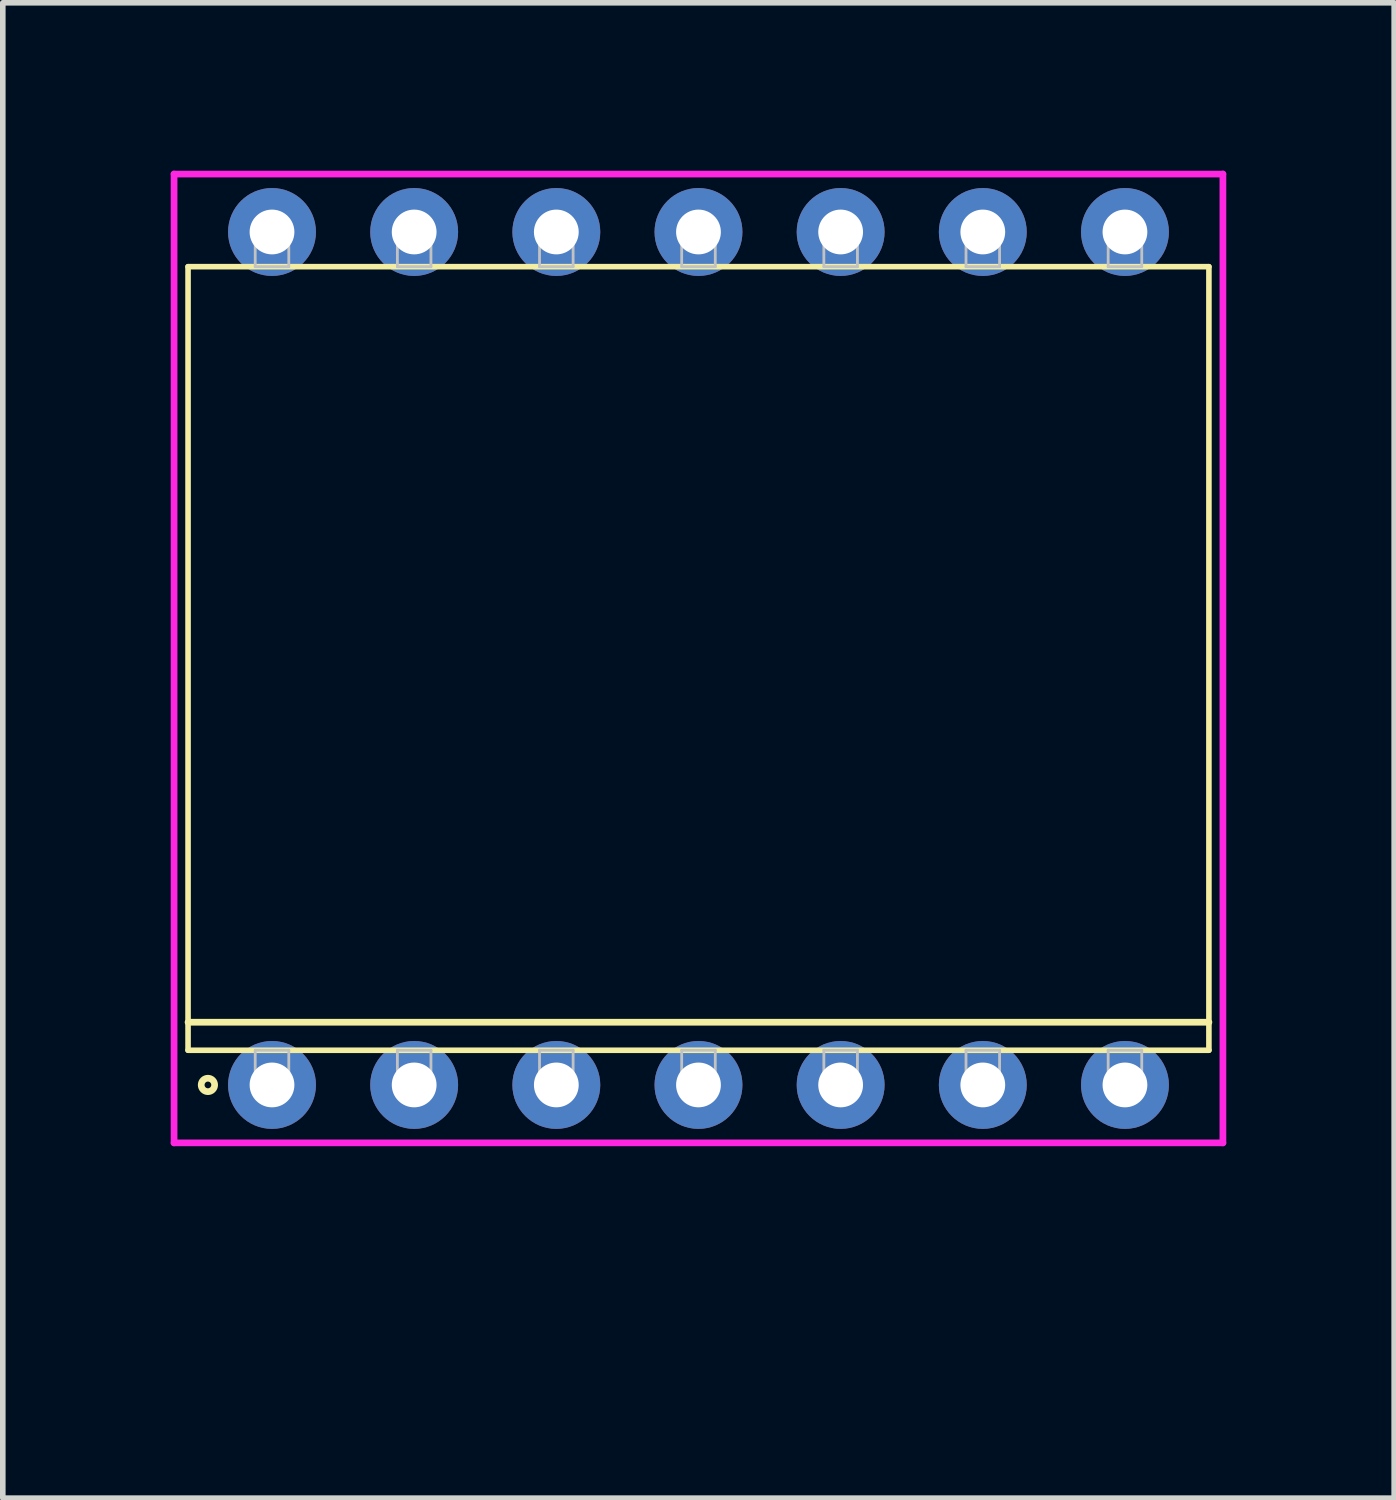
<source format=kicad_pcb>
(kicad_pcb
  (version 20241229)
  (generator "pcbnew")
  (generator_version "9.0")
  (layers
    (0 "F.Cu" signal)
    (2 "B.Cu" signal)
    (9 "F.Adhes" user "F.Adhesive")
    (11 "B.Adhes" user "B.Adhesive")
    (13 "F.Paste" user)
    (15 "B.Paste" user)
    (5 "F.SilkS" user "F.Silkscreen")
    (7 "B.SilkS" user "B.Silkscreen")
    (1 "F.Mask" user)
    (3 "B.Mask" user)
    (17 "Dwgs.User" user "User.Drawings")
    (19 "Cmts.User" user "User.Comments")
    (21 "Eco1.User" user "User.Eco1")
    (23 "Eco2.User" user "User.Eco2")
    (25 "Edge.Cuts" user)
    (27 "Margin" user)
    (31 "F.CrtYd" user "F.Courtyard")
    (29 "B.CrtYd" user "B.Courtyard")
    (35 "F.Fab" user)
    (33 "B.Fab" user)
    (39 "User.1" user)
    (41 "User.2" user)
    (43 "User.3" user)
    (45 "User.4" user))
  (footprint "DIP254P1824x1400-14"
    (layer "F.Cu")
    (at 9.43 8.715)
    (property "Reference" "DIP254P1824x1400-14" (at 0 3 90) (layer "User.1") (effects (font (size 1 1) (thickness 0.1))))
    (attr through_hole)
    (fp_line (start -9.12 -7) (end -9.12 7) (stroke (width 0.1) (type solid)) (layer "F.SilkS"))
    (fp_line (start -9.12 6.5) (end 9.12 6.5) (stroke (width 0.12) (type solid)) (layer "F.SilkS"))
    (fp_line (start -9.12 7) (end 9.12 7) (stroke (width 0.1) (type solid)) (layer "F.SilkS"))
    (fp_line (start 9.12 -7) (end -9.12 -7) (stroke (width 0.1) (type solid)) (layer "F.SilkS"))
    (fp_line (start 9.12 7) (end 9.12 -7) (stroke (width 0.1) (type solid)) (layer "F.SilkS"))
    (fp_circle (center -8.765 7.62) (end -8.645 7.62) (stroke (width 0.12) (type solid)) (fill no) (layer "F.SilkS"))
    (fp_line (start -7.92 -7.62) (end -7.92 -7) (stroke (width 0.05) (type solid)) (layer "Dwgs.User"))
    (fp_line (start -7.92 -7) (end -7.32 -7) (stroke (width 0.05) (type solid)) (layer "Dwgs.User"))
    (fp_line (start -7.92 7) (end -7.32 7) (stroke (width 0.05) (type solid)) (layer "Dwgs.User"))
    (fp_line (start -7.92 7.62) (end -7.92 7) (stroke (width 0.05) (type solid)) (layer "Dwgs.User"))
    (fp_line (start -7.32 -7.62) (end -7.92 -7.62) (stroke (width 0.05) (type solid)) (layer "Dwgs.User"))
    (fp_line (start -7.32 -7) (end -7.32 -7.62) (stroke (width 0.05) (type solid)) (layer "Dwgs.User"))
    (fp_line (start -7.32 7) (end -7.32 7.62) (stroke (width 0.05) (type solid)) (layer "Dwgs.User"))
    (fp_line (start -7.32 7.62) (end -7.92 7.62) (stroke (width 0.05) (type solid)) (layer "Dwgs.User"))
    (fp_line (start -5.38 -7.62) (end -5.38 -7) (stroke (width 0.05) (type solid)) (layer "Dwgs.User"))
    (fp_line (start -5.38 -7) (end -4.78 -7) (stroke (width 0.05) (type solid)) (layer "Dwgs.User"))
    (fp_line (start -5.38 7) (end -4.78 7) (stroke (width 0.05) (type solid)) (layer "Dwgs.User"))
    (fp_line (start -5.38 7.62) (end -5.38 7) (stroke (width 0.05) (type solid)) (layer "Dwgs.User"))
    (fp_line (start -4.78 -7.62) (end -5.38 -7.62) (stroke (width 0.05) (type solid)) (layer "Dwgs.User"))
    (fp_line (start -4.78 -7) (end -4.78 -7.62) (stroke (width 0.05) (type solid)) (layer "Dwgs.User"))
    (fp_line (start -4.78 7) (end -4.78 7.62) (stroke (width 0.05) (type solid)) (layer "Dwgs.User"))
    (fp_line (start -4.78 7.62) (end -5.38 7.62) (stroke (width 0.05) (type solid)) (layer "Dwgs.User"))
    (fp_line (start -2.84 -7.62) (end -2.84 -7) (stroke (width 0.05) (type solid)) (layer "Dwgs.User"))
    (fp_line (start -2.84 -7) (end -2.24 -7) (stroke (width 0.05) (type solid)) (layer "Dwgs.User"))
    (fp_line (start -2.84 7) (end -2.24 7) (stroke (width 0.05) (type solid)) (layer "Dwgs.User"))
    (fp_line (start -2.84 7.62) (end -2.84 7) (stroke (width 0.05) (type solid)) (layer "Dwgs.User"))
    (fp_line (start -2.24 -7.62) (end -2.84 -7.62) (stroke (width 0.05) (type solid)) (layer "Dwgs.User"))
    (fp_line (start -2.24 -7) (end -2.24 -7.62) (stroke (width 0.05) (type solid)) (layer "Dwgs.User"))
    (fp_line (start -2.24 7) (end -2.24 7.62) (stroke (width 0.05) (type solid)) (layer "Dwgs.User"))
    (fp_line (start -2.24 7.62) (end -2.84 7.62) (stroke (width 0.05) (type solid)) (layer "Dwgs.User"))
    (fp_line (start -0.3 -7.62) (end -0.3 -7) (stroke (width 0.05) (type solid)) (layer "Dwgs.User"))
    (fp_line (start -0.3 -7) (end 0.3 -7) (stroke (width 0.05) (type solid)) (layer "Dwgs.User"))
    (fp_line (start -0.3 7) (end 0.3 7) (stroke (width 0.05) (type solid)) (layer "Dwgs.User"))
    (fp_line (start -0.3 7.62) (end -0.3 7) (stroke (width 0.05) (type solid)) (layer "Dwgs.User"))
    (fp_line (start 0.3 -7.62) (end -0.3 -7.62) (stroke (width 0.05) (type solid)) (layer "Dwgs.User"))
    (fp_line (start 0.3 -7) (end 0.3 -7.62) (stroke (width 0.05) (type solid)) (layer "Dwgs.User"))
    (fp_line (start 0.3 7) (end 0.3 7.62) (stroke (width 0.05) (type solid)) (layer "Dwgs.User"))
    (fp_line (start 0.3 7.62) (end -0.3 7.62) (stroke (width 0.05) (type solid)) (layer "Dwgs.User"))
    (fp_line (start 2.24 -7.62) (end 2.24 -7) (stroke (width 0.05) (type solid)) (layer "Dwgs.User"))
    (fp_line (start 2.24 -7) (end 2.84 -7) (stroke (width 0.05) (type solid)) (layer "Dwgs.User"))
    (fp_line (start 2.24 7) (end 2.84 7) (stroke (width 0.05) (type solid)) (layer "Dwgs.User"))
    (fp_line (start 2.24 7.62) (end 2.24 7) (stroke (width 0.05) (type solid)) (layer "Dwgs.User"))
    (fp_line (start 2.84 -7.62) (end 2.24 -7.62) (stroke (width 0.05) (type solid)) (layer "Dwgs.User"))
    (fp_line (start 2.84 -7) (end 2.84 -7.62) (stroke (width 0.05) (type solid)) (layer "Dwgs.User"))
    (fp_line (start 2.84 7) (end 2.84 7.62) (stroke (width 0.05) (type solid)) (layer "Dwgs.User"))
    (fp_line (start 2.84 7.62) (end 2.24 7.62) (stroke (width 0.05) (type solid)) (layer "Dwgs.User"))
    (fp_line (start 4.78 -7.62) (end 4.78 -7) (stroke (width 0.05) (type solid)) (layer "Dwgs.User"))
    (fp_line (start 4.78 -7) (end 5.38 -7) (stroke (width 0.05) (type solid)) (layer "Dwgs.User"))
    (fp_line (start 4.78 7) (end 5.38 7) (stroke (width 0.05) (type solid)) (layer "Dwgs.User"))
    (fp_line (start 4.78 7.62) (end 4.78 7) (stroke (width 0.05) (type solid)) (layer "Dwgs.User"))
    (fp_line (start 5.38 -7.62) (end 4.78 -7.62) (stroke (width 0.05) (type solid)) (layer "Dwgs.User"))
    (fp_line (start 5.38 -7) (end 5.38 -7.62) (stroke (width 0.05) (type solid)) (layer "Dwgs.User"))
    (fp_line (start 5.38 7) (end 5.38 7.62) (stroke (width 0.05) (type solid)) (layer "Dwgs.User"))
    (fp_line (start 5.38 7.62) (end 4.78 7.62) (stroke (width 0.05) (type solid)) (layer "Dwgs.User"))
    (fp_line (start 7.32 -7.62) (end 7.32 -7) (stroke (width 0.05) (type solid)) (layer "Dwgs.User"))
    (fp_line (start 7.32 -7) (end 7.92 -7) (stroke (width 0.05) (type solid)) (layer "Dwgs.User"))
    (fp_line (start 7.32 7) (end 7.92 7) (stroke (width 0.05) (type solid)) (layer "Dwgs.User"))
    (fp_line (start 7.32 7.62) (end 7.32 7) (stroke (width 0.05) (type solid)) (layer "Dwgs.User"))
    (fp_line (start 7.92 -7.62) (end 7.32 -7.62) (stroke (width 0.05) (type solid)) (layer "Dwgs.User"))
    (fp_line (start 7.92 -7) (end 7.92 -7.62) (stroke (width 0.05) (type solid)) (layer "Dwgs.User"))
    (fp_line (start 7.92 7) (end 7.92 7.62) (stroke (width 0.05) (type solid)) (layer "Dwgs.User"))
    (fp_line (start 7.92 7.62) (end 7.32 7.62) (stroke (width 0.05) (type solid)) (layer "Dwgs.User"))
    (fp_line (start -9.37 -8.655) (end -9.37 8.655) (stroke (width 0.12) (type solid)) (layer "F.CrtYd"))
    (fp_line (start -9.37 8.655) (end 9.37 8.655) (stroke (width 0.12) (type solid)) (layer "F.CrtYd"))
    (fp_line (start 9.37 -8.655) (end -9.37 -8.655) (stroke (width 0.12) (type solid)) (layer "F.CrtYd"))
    (fp_line (start 9.37 8.655) (end 9.37 -8.655) (stroke (width 0.12) (type solid)) (layer "F.CrtYd"))
    (pad "1" thru_hole oval (at -7.62 -7.62) (size 1.57 1.57) (drill 0.8) (layers "*.Cu" "*.Mask"))
    (pad "1" thru_hole oval (at -7.62 7.62) (size 1.57 1.57) (drill 0.8) (layers "*.Cu" "*.Mask"))
    (pad "1" thru_hole oval (at -5.08 -7.62) (size 1.57 1.57) (drill 0.8) (layers "*.Cu" "*.Mask"))
    (pad "1" thru_hole oval (at -2.54 -7.62) (size 1.57 1.57) (drill 0.8) (layers "*.Cu" "*.Mask"))
    (pad "1" thru_hole oval (at 0 -7.62) (size 1.57 1.57) (drill 0.8) (layers "*.Cu" "*.Mask"))
    (pad "1" thru_hole oval (at 2.54 -7.62) (size 1.57 1.57) (drill 0.8) (layers "*.Cu" "*.Mask"))
    (pad "1" thru_hole oval (at 5.08 -7.62) (size 1.57 1.57) (drill 0.8) (layers "*.Cu" "*.Mask"))
    (pad "1" thru_hole oval (at 7.62 -7.62) (size 1.57 1.57) (drill 0.8) (layers "*.Cu" "*.Mask"))
    (pad "2" thru_hole oval (at -5.08 7.62) (size 1.57 1.57) (drill 0.8) (layers "*.Cu" "*.Mask"))
    (pad "3" thru_hole oval (at -2.54 7.62) (size 1.57 1.57) (drill 0.8) (layers "*.Cu" "*.Mask"))
    (pad "4" thru_hole oval (at 0 7.62) (size 1.57 1.57) (drill 0.8) (layers "*.Cu" "*.Mask"))
    (pad "5" thru_hole oval (at 2.54 7.62) (size 1.57 1.57) (drill 0.8) (layers "*.Cu" "*.Mask"))
    (pad "6" thru_hole oval (at 5.08 7.62) (size 1.57 1.57) (drill 0.8) (layers "*.Cu" "*.Mask"))
    (pad "7" thru_hole oval (at 7.62 7.62) (size 1.57 1.57) (drill 0.8) (layers "*.Cu" "*.Mask")))
  (gr_rect
    (start -3 -3)
    (end 21.86 23.717)
    (stroke (width 0.1) (type default))
    (fill no)
    (layer "Edge.Cuts")))
</source>
